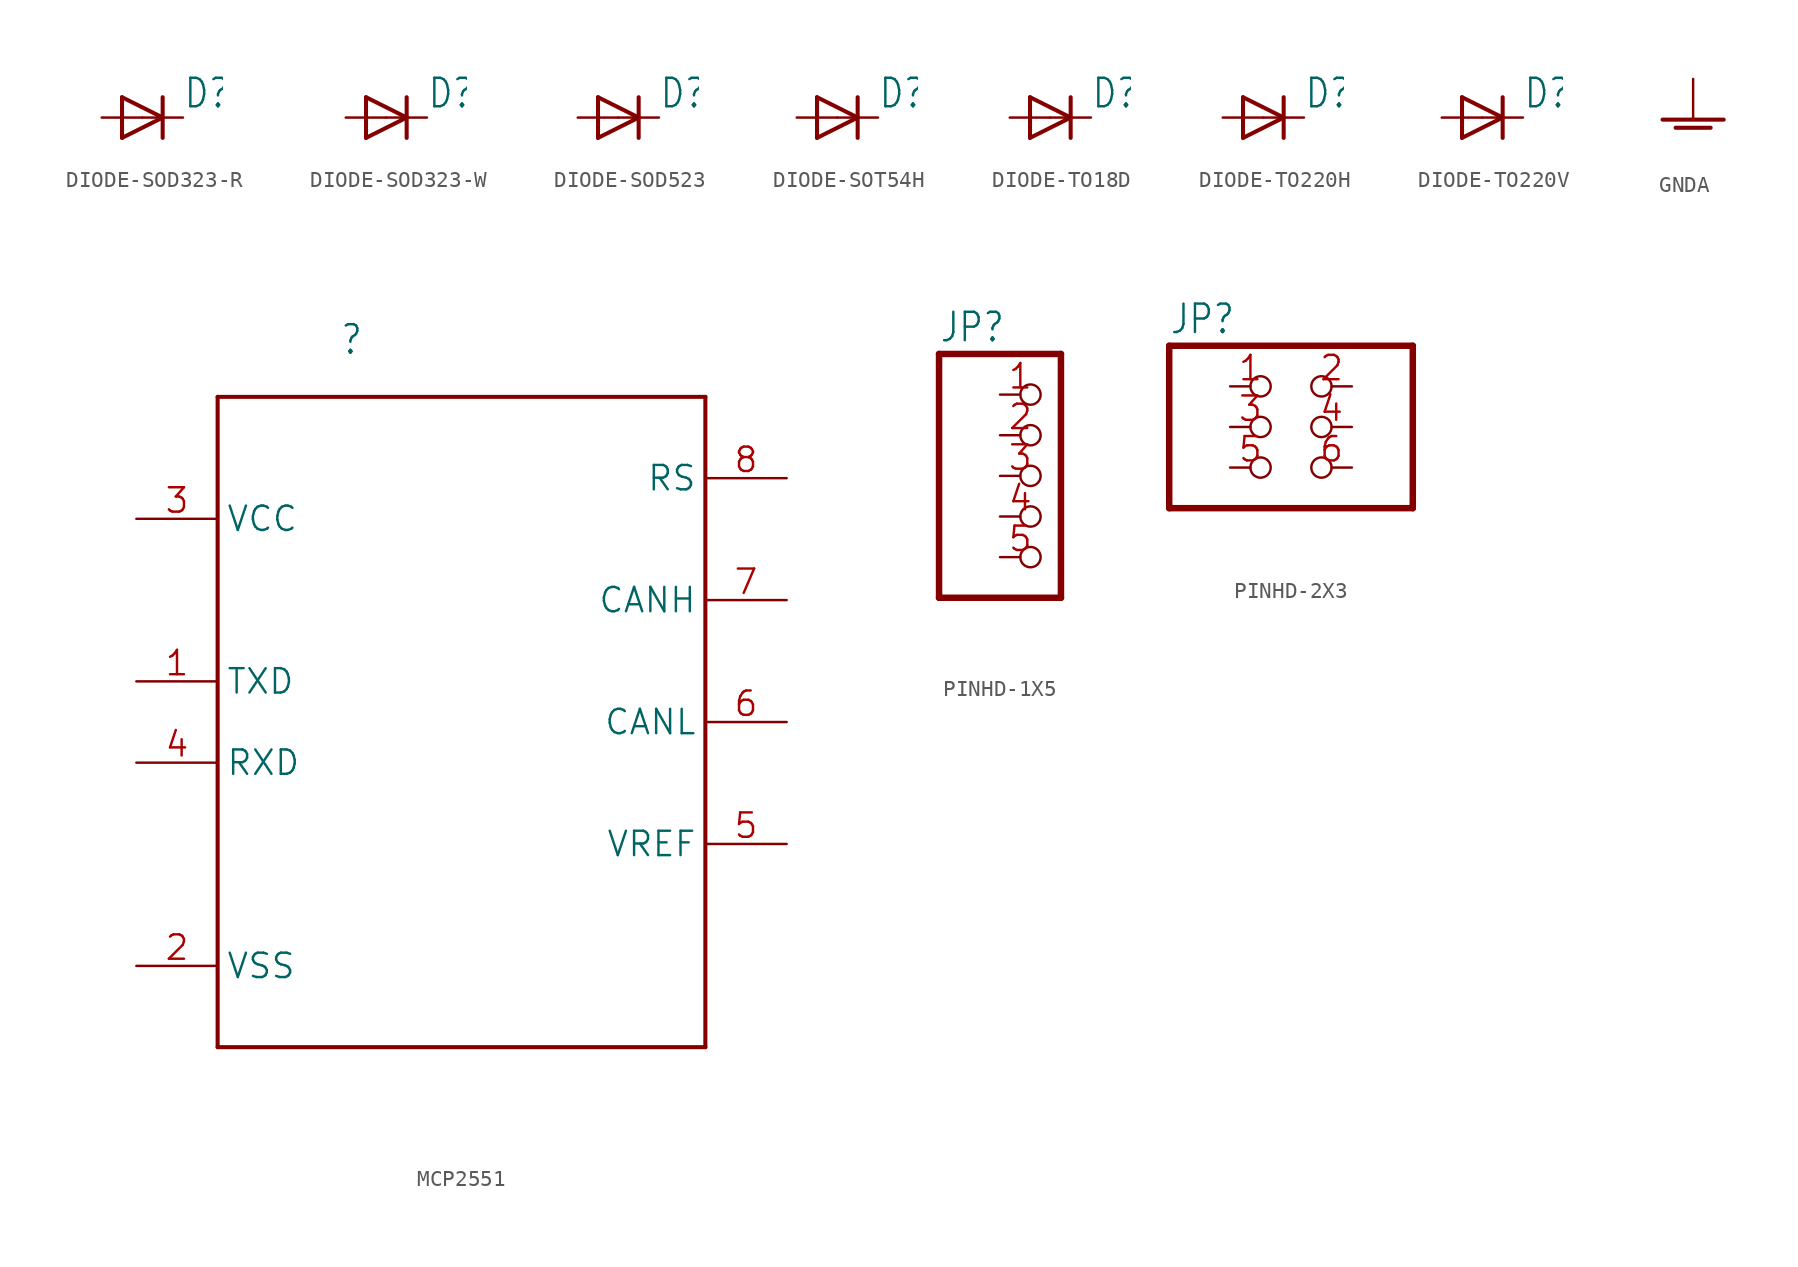
<source format=kicad_sym>
(kicad_symbol_lib
  (version 20241209)
  (generator "kicad_symbol_editor")
  (generator_version "9.0")
  (symbol "DIODE-SOD323-R"
    (property "Reference" "D"
      (at 2.54 0.483 0)
      (effects (font (size 1.778 1.511)) (justify left bottom)))
    (property "Value" ""
      (at 2.54 -2.311 0)
      (effects (font (size 1.778 1.511)) (justify left bottom)))
    (property "ki_locked" ""
      (at 0 0 0)
      (effects (font (size 1.27 1.27))))
    (symbol "DIODE-SOD323-R_1_0"
      (polyline (pts (xy -1.27 1.27) (xy -1.27 -1.27)) (stroke (width 0.254) (type solid)) (fill (type none)))
      (polyline (pts (xy -1.27 -1.27) (xy 1.27 0)) (stroke (width 0.254) (type solid)) (fill (type none)))
      (polyline (pts (xy 1.27 1.27) (xy 1.27 0)) (stroke (width 0.254) (type solid)) (fill (type none)))
      (polyline (pts (xy 1.27 0) (xy -1.27 1.27)) (stroke (width 0.254) (type solid)) (fill (type none)))
      (polyline (pts (xy 1.27 0) (xy 1.27 -1.27)) (stroke (width 0.254) (type solid)) (fill (type none)))
      (pin passive line (at -2.54 0 0) (length 2.54) (name "A" (effects (font (size 0 0)))) (number "A" (effects (font (size 0 0)))))
      (pin passive line (at 2.54 0 180) (length 2.54) (name "C" (effects (font (size 0 0)))) (number "C" (effects (font (size 0 0)))))))
  (symbol "DIODE-SOD323-W"
    (property "Reference" "D"
      (at 2.54 0.483 0)
      (effects (font (size 1.778 1.511)) (justify left bottom)))
    (property "Value" ""
      (at 2.54 -2.311 0)
      (effects (font (size 1.778 1.511)) (justify left bottom)))
    (property "ki_locked" ""
      (at 0 0 0)
      (effects (font (size 1.27 1.27))))
    (symbol "DIODE-SOD323-W_1_0"
      (polyline (pts (xy -1.27 1.27) (xy -1.27 -1.27)) (stroke (width 0.254) (type solid)) (fill (type none)))
      (polyline (pts (xy -1.27 -1.27) (xy 1.27 0)) (stroke (width 0.254) (type solid)) (fill (type none)))
      (polyline (pts (xy 1.27 1.27) (xy 1.27 0)) (stroke (width 0.254) (type solid)) (fill (type none)))
      (polyline (pts (xy 1.27 0) (xy -1.27 1.27)) (stroke (width 0.254) (type solid)) (fill (type none)))
      (polyline (pts (xy 1.27 0) (xy 1.27 -1.27)) (stroke (width 0.254) (type solid)) (fill (type none)))
      (pin passive line (at -2.54 0 0) (length 2.54) (name "A" (effects (font (size 0 0)))) (number "A" (effects (font (size 0 0)))))
      (pin passive line (at 2.54 0 180) (length 2.54) (name "C" (effects (font (size 0 0)))) (number "C" (effects (font (size 0 0)))))))
  (symbol "DIODE-SOD523"
    (property "Reference" "D"
      (at 2.54 0.483 0)
      (effects (font (size 1.778 1.511)) (justify left bottom)))
    (property "Value" ""
      (at 2.54 -2.311 0)
      (effects (font (size 1.778 1.511)) (justify left bottom)))
    (property "ki_locked" ""
      (at 0 0 0)
      (effects (font (size 1.27 1.27))))
    (symbol "DIODE-SOD523_1_0"
      (polyline (pts (xy -1.27 1.27) (xy -1.27 -1.27)) (stroke (width 0.254) (type solid)) (fill (type none)))
      (polyline (pts (xy -1.27 -1.27) (xy 1.27 0)) (stroke (width 0.254) (type solid)) (fill (type none)))
      (polyline (pts (xy 1.27 1.27) (xy 1.27 0)) (stroke (width 0.254) (type solid)) (fill (type none)))
      (polyline (pts (xy 1.27 0) (xy -1.27 1.27)) (stroke (width 0.254) (type solid)) (fill (type none)))
      (polyline (pts (xy 1.27 0) (xy 1.27 -1.27)) (stroke (width 0.254) (type solid)) (fill (type none)))
      (pin passive line (at -2.54 0 0) (length 2.54) (name "A" (effects (font (size 0 0)))) (number "A" (effects (font (size 0 0)))))
      (pin passive line (at 2.54 0 180) (length 2.54) (name "C" (effects (font (size 0 0)))) (number "C" (effects (font (size 0 0)))))))
  (symbol "DIODE-SOT54H"
    (property "Reference" "D"
      (at 2.54 0.483 0)
      (effects (font (size 1.778 1.511)) (justify left bottom)))
    (property "Value" ""
      (at 2.54 -2.311 0)
      (effects (font (size 1.778 1.511)) (justify left bottom)))
    (property "ki_locked" ""
      (at 0 0 0)
      (effects (font (size 1.27 1.27))))
    (symbol "DIODE-SOT54H_1_0"
      (polyline (pts (xy -1.27 1.27) (xy -1.27 -1.27)) (stroke (width 0.254) (type solid)) (fill (type none)))
      (polyline (pts (xy -1.27 -1.27) (xy 1.27 0)) (stroke (width 0.254) (type solid)) (fill (type none)))
      (polyline (pts (xy 1.27 1.27) (xy 1.27 0)) (stroke (width 0.254) (type solid)) (fill (type none)))
      (polyline (pts (xy 1.27 0) (xy -1.27 1.27)) (stroke (width 0.254) (type solid)) (fill (type none)))
      (polyline (pts (xy 1.27 0) (xy 1.27 -1.27)) (stroke (width 0.254) (type solid)) (fill (type none)))
      (pin passive line (at -2.54 0 0) (length 2.54) (name "A" (effects (font (size 0 0)))) (number "A" (effects (font (size 0 0)))))
      (pin passive line (at 2.54 0 180) (length 2.54) (name "C" (effects (font (size 0 0)))) (number "C" (effects (font (size 0 0)))))))
  (symbol "DIODE-TO18D"
    (property "Reference" "D"
      (at 2.54 0.483 0)
      (effects (font (size 1.778 1.511)) (justify left bottom)))
    (property "Value" ""
      (at 2.54 -2.311 0)
      (effects (font (size 1.778 1.511)) (justify left bottom)))
    (property "ki_locked" ""
      (at 0 0 0)
      (effects (font (size 1.27 1.27))))
    (symbol "DIODE-TO18D_1_0"
      (polyline (pts (xy -1.27 1.27) (xy -1.27 -1.27)) (stroke (width 0.254) (type solid)) (fill (type none)))
      (polyline (pts (xy -1.27 -1.27) (xy 1.27 0)) (stroke (width 0.254) (type solid)) (fill (type none)))
      (polyline (pts (xy 1.27 1.27) (xy 1.27 0)) (stroke (width 0.254) (type solid)) (fill (type none)))
      (polyline (pts (xy 1.27 0) (xy -1.27 1.27)) (stroke (width 0.254) (type solid)) (fill (type none)))
      (polyline (pts (xy 1.27 0) (xy 1.27 -1.27)) (stroke (width 0.254) (type solid)) (fill (type none)))
      (pin passive line (at -2.54 0 0) (length 2.54) (name "A" (effects (font (size 0 0)))) (number "A" (effects (font (size 0 0)))))
      (pin passive line (at 2.54 0 180) (length 2.54) (name "C" (effects (font (size 0 0)))) (number "C" (effects (font (size 0 0)))))))
  (symbol "DIODE-TO220H"
    (property "Reference" "D"
      (at 2.54 0.483 0)
      (effects (font (size 1.778 1.511)) (justify left bottom)))
    (property "Value" ""
      (at 2.54 -2.311 0)
      (effects (font (size 1.778 1.511)) (justify left bottom)))
    (property "ki_locked" ""
      (at 0 0 0)
      (effects (font (size 1.27 1.27))))
    (symbol "DIODE-TO220H_1_0"
      (polyline (pts (xy -1.27 1.27) (xy -1.27 -1.27)) (stroke (width 0.254) (type solid)) (fill (type none)))
      (polyline (pts (xy -1.27 -1.27) (xy 1.27 0)) (stroke (width 0.254) (type solid)) (fill (type none)))
      (polyline (pts (xy 1.27 1.27) (xy 1.27 0)) (stroke (width 0.254) (type solid)) (fill (type none)))
      (polyline (pts (xy 1.27 0) (xy -1.27 1.27)) (stroke (width 0.254) (type solid)) (fill (type none)))
      (polyline (pts (xy 1.27 0) (xy 1.27 -1.27)) (stroke (width 0.254) (type solid)) (fill (type none)))
      (pin passive line (at -2.54 0 0) (length 2.54) (name "A" (effects (font (size 0 0)))) (number "A" (effects (font (size 0 0)))))
      (pin passive line (at 2.54 0 180) (length 2.54) (name "C" (effects (font (size 0 0)))) (number "C" (effects (font (size 0 0)))))))
  (symbol "DIODE-TO220V"
    (property "Reference" "D"
      (at 2.54 0.483 0)
      (effects (font (size 1.778 1.511)) (justify left bottom)))
    (property "Value" ""
      (at 2.54 -2.311 0)
      (effects (font (size 1.778 1.511)) (justify left bottom)))
    (property "ki_locked" ""
      (at 0 0 0)
      (effects (font (size 1.27 1.27))))
    (symbol "DIODE-TO220V_1_0"
      (polyline (pts (xy -1.27 1.27) (xy -1.27 -1.27)) (stroke (width 0.254) (type solid)) (fill (type none)))
      (polyline (pts (xy -1.27 -1.27) (xy 1.27 0)) (stroke (width 0.254) (type solid)) (fill (type none)))
      (polyline (pts (xy 1.27 1.27) (xy 1.27 0)) (stroke (width 0.254) (type solid)) (fill (type none)))
      (polyline (pts (xy 1.27 0) (xy -1.27 1.27)) (stroke (width 0.254) (type solid)) (fill (type none)))
      (polyline (pts (xy 1.27 0) (xy 1.27 -1.27)) (stroke (width 0.254) (type solid)) (fill (type none)))
      (pin passive line (at -2.54 0 0) (length 2.54) (name "A" (effects (font (size 0 0)))) (number "A" (effects (font (size 0 0)))))
      (pin passive line (at 2.54 0 180) (length 2.54) (name "C" (effects (font (size 0 0)))) (number "C" (effects (font (size 0 0)))))))
  (symbol "GNDA"
    (power)
    (property "Reference" "#GND"
      (at 0 0 0)
      (effects (font (size 1.27 1.27)) (hide yes)))
    (property "Value" ""
      (at -2.54 -2.54 90)
      (effects (font (size 1.778 1.511)) (justify left bottom)))
    (property "ki_locked" ""
      (at 0 0 0)
      (effects (font (size 1.27 1.27))))
    (symbol "GNDA_1_0"
      (polyline (pts (xy -1.905 0) (xy 1.905 0)) (stroke (width 0.254) (type solid)) (fill (type none)))
      (polyline (pts (xy -1.092 -0.508) (xy 1.092 -0.508)) (stroke (width 0.254) (type solid)) (fill (type none)))
      (pin power_in line (at 0 2.54 270) (length 2.54) (name "GNDA" (effects (font (size 0 0)))) (number "1" (effects (font (size 0 0)))))))
  (symbol "MCP2551"
    (property "Reference" ""
      (at -7.62 22.86 0)
      (effects (font (size 1.778 1.511)) (justify left bottom)))
    (property "Value" ""
      (at -7.62 -22.86 0)
      (effects (font (size 1.778 1.511)) (justify left bottom)))
    (property "ki_locked" ""
      (at 0 0 0)
      (effects (font (size 1.27 1.27))))
    (symbol "MCP2551_1_0"
      (polyline (pts (xy -15.24 20.32) (xy -15.24 -20.32)) (stroke (width 0.254) (type solid)) (fill (type none)))
      (polyline (pts (xy -15.24 -20.32) (xy 15.24 -20.32)) (stroke (width 0.254) (type solid)) (fill (type none)))
      (polyline (pts (xy 15.24 20.32) (xy -15.24 20.32)) (stroke (width 0.254) (type solid)) (fill (type none)))
      (polyline (pts (xy 15.24 -20.32) (xy 15.24 20.32)) (stroke (width 0.254) (type solid)) (fill (type none)))
      (pin power_in line (at -20.32 12.7 0) (length 5.08) (name "VCC" (effects (font (size 1.524 1.524)))) (number "3" (effects (font (size 1.524 1.524)))))
      (pin output line (at -20.32 2.54 0) (length 5.08) (name "TXD" (effects (font (size 1.524 1.524)))) (number "1" (effects (font (size 1.524 1.524)))))
      (pin input line (at -20.32 -2.54 0) (length 5.08) (name "RXD" (effects (font (size 1.524 1.524)))) (number "4" (effects (font (size 1.524 1.524)))))
      (pin power_in line (at -20.32 -15.24 0) (length 5.08) (name "VSS" (effects (font (size 1.524 1.524)))) (number "2" (effects (font (size 1.524 1.524)))))
      (pin bidirectional line (at 20.32 15.24 180) (length 5.08) (name "RS" (effects (font (size 1.524 1.524)))) (number "8" (effects (font (size 1.524 1.524)))))
      (pin bidirectional line (at 20.32 7.62 180) (length 5.08) (name "CANH" (effects (font (size 1.524 1.524)))) (number "7" (effects (font (size 1.524 1.524)))))
      (pin bidirectional line (at 20.32 0 180) (length 5.08) (name "CANL" (effects (font (size 1.524 1.524)))) (number "6" (effects (font (size 1.524 1.524)))))
      (pin output line (at 20.32 -7.62 180) (length 5.08) (name "VREF" (effects (font (size 1.524 1.524)))) (number "5" (effects (font (size 1.524 1.524)))))))
  (symbol "PINHD-1X5"
    (property "Reference" "JP"
      (at -6.35 8.255 0)
      (effects (font (size 1.778 1.511)) (justify left bottom)))
    (property "Value" ""
      (at -6.35 -10.16 0)
      (effects (font (size 1.778 1.511)) (justify left bottom)))
    (property "ki_locked" ""
      (at 0 0 0)
      (effects (font (size 1.27 1.27))))
    (symbol "PINHD-1X5_1_0"
      (polyline (pts (xy -6.35 7.62) (xy -6.35 -7.62)) (stroke (width 0.406) (type solid)) (fill (type none)))
      (polyline (pts (xy -6.35 -7.62) (xy 1.27 -7.62)) (stroke (width 0.406) (type solid)) (fill (type none)))
      (polyline (pts (xy 1.27 7.62) (xy -6.35 7.62)) (stroke (width 0.406) (type solid)) (fill (type none)))
      (polyline (pts (xy 1.27 -7.62) (xy 1.27 7.62)) (stroke (width 0.406) (type solid)) (fill (type none)))
      (pin passive inverted (at -2.54 5.08 0) (length 2.54) (name "1" (effects (font (size 0 0)))) (number "1" (effects (font (size 1.524 1.524)))))
      (pin passive inverted (at -2.54 2.54 0) (length 2.54) (name "2" (effects (font (size 0 0)))) (number "2" (effects (font (size 1.524 1.524)))))
      (pin passive inverted (at -2.54 0 0) (length 2.54) (name "3" (effects (font (size 0 0)))) (number "3" (effects (font (size 1.524 1.524)))))
      (pin passive inverted (at -2.54 -2.54 0) (length 2.54) (name "4" (effects (font (size 0 0)))) (number "4" (effects (font (size 1.524 1.524)))))
      (pin passive inverted (at -2.54 -5.08 0) (length 2.54) (name "5" (effects (font (size 0 0)))) (number "5" (effects (font (size 1.524 1.524)))))))
  (symbol "PINHD-2X3"
    (property "Reference" "JP"
      (at -6.35 5.715 0)
      (effects (font (size 1.778 1.511)) (justify left bottom)))
    (property "Value" ""
      (at -6.35 -7.62 0)
      (effects (font (size 1.778 1.511)) (justify left bottom)))
    (property "ki_locked" ""
      (at 0 0 0)
      (effects (font (size 1.27 1.27))))
    (symbol "PINHD-2X3_1_0"
      (polyline (pts (xy -6.35 5.08) (xy -6.35 -5.08)) (stroke (width 0.406) (type solid)) (fill (type none)))
      (polyline (pts (xy -6.35 -5.08) (xy 8.89 -5.08)) (stroke (width 0.406) (type solid)) (fill (type none)))
      (polyline (pts (xy 8.89 5.08) (xy -6.35 5.08)) (stroke (width 0.406) (type solid)) (fill (type none)))
      (polyline (pts (xy 8.89 -5.08) (xy 8.89 5.08)) (stroke (width 0.406) (type solid)) (fill (type none)))
      (pin passive inverted (at -2.54 2.54 0) (length 2.54) (name "1" (effects (font (size 0 0)))) (number "1" (effects (font (size 1.524 1.524)))))
      (pin passive inverted (at -2.54 0 0) (length 2.54) (name "3" (effects (font (size 0 0)))) (number "3" (effects (font (size 1.524 1.524)))))
      (pin passive inverted (at -2.54 -2.54 0) (length 2.54) (name "5" (effects (font (size 0 0)))) (number "5" (effects (font (size 1.524 1.524)))))
      (pin passive inverted (at 5.08 2.54 180) (length 2.54) (name "2" (effects (font (size 0 0)))) (number "2" (effects (font (size 1.524 1.524)))))
      (pin passive inverted (at 5.08 0 180) (length 2.54) (name "4" (effects (font (size 0 0)))) (number "4" (effects (font (size 1.524 1.524)))))
      (pin passive inverted (at 5.08 -2.54 180) (length 2.54) (name "6" (effects (font (size 0 0)))) (number "6" (effects (font (size 1.524 1.524))))))))
</source>
